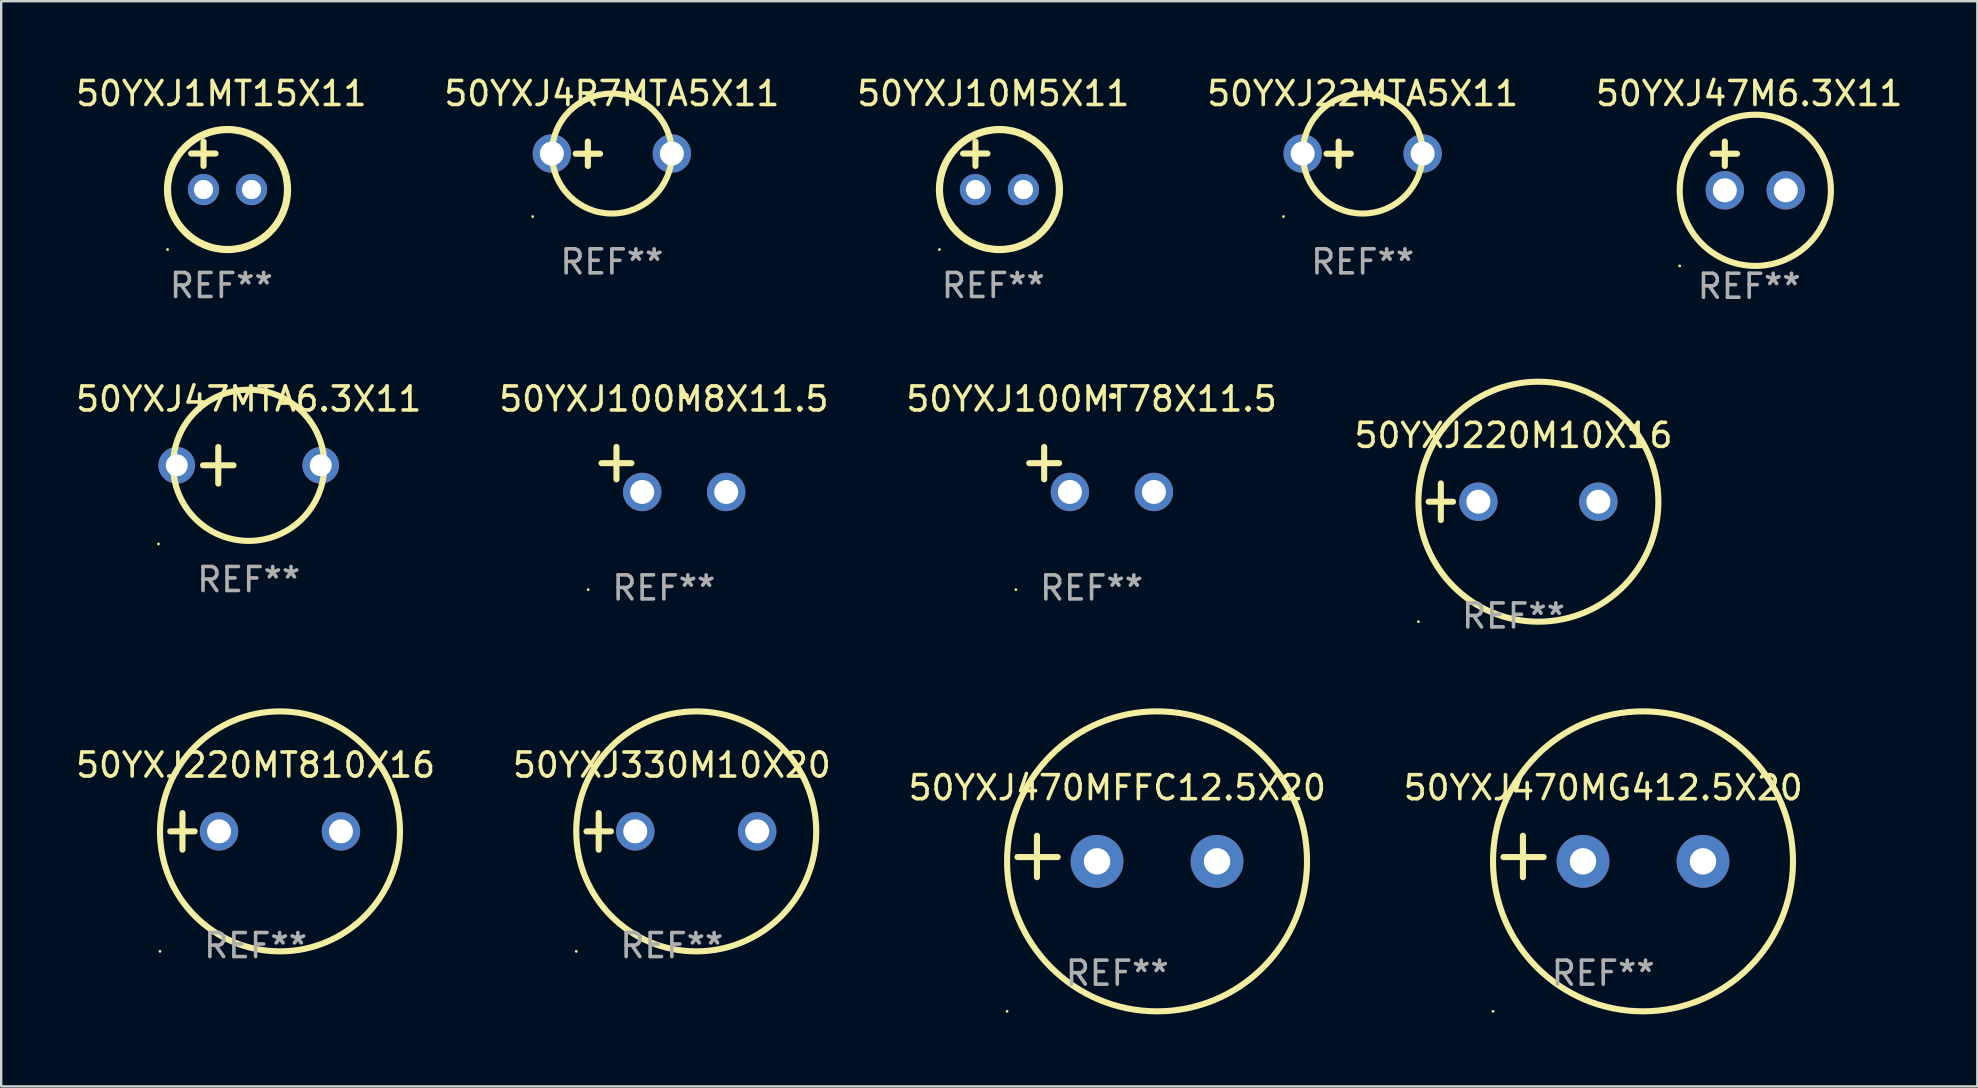
<source format=kicad_pcb>
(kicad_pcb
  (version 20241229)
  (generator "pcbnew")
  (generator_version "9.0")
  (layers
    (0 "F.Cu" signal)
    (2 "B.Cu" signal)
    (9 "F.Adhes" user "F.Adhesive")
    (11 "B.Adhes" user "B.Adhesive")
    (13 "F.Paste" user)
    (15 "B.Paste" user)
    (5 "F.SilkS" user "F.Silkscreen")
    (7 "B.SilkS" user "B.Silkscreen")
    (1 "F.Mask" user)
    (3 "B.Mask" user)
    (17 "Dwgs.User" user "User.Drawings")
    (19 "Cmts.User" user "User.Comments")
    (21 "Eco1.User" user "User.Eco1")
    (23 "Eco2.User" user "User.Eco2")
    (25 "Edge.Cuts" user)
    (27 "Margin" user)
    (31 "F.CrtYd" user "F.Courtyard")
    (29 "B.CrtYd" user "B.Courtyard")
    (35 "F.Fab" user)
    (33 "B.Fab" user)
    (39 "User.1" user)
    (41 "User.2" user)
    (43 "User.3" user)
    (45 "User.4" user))
  (footprint "50YXJ47M6.3X11"
    (layer "F.Cu")
    (at 69.839 3.864)
    (property "Reference" "50YXJ47M6.3X11" (at 0 -3.016 0) (layer "F.SilkS") (effects (font (size 1 1) (thickness 0.15))))
    (attr through_hole)
    (fp_line (start -1.524 -0.508) (end -0.508 -0.508) (stroke (width 0.254) (type solid)) (layer "F.SilkS"))
    (fp_line (start -1.016 -1.016) (end -1.016 0) (stroke (width 0.254) (type solid)) (layer "F.SilkS"))
    (fp_circle (center -2.896 4.166) (end -2.866 4.166) (stroke (width 0.06) (type solid)) (fill no) (layer "F.SilkS"))
    (fp_circle (center 0.254 1.016) (end 3.404 1.016) (stroke (width 0.254) (type solid)) (fill no) (layer "F.SilkS"))
    (fp_text user "REF**" (at 0 5.016 0) (layer "F.Fab") (effects (font (size 1 1) (thickness 0.15))))
    (pad "1" thru_hole circle (at -1.016 1.016) (size 1.6 1.6) (drill 1) (layers "*.Cu" "*.Mask"))
    (pad "2" thru_hole circle (at 1.524 1.016) (size 1.6 1.6) (drill 1) (layers "*.Cu" "*.Mask")))
  (footprint "50YXJ1MT15X11"
    (layer "F.Cu")
    (at 6.173 3.848)
    (property "Reference" "50YXJ1MT15X11" (at 0 -3 0) (layer "F.SilkS") (effects (font (size 1 1) (thickness 0.15))))
    (attr through_hole)
    (fp_line (start -1.258 -0.5) (end -0.242 -0.5) (stroke (width 0.254) (type solid)) (layer "F.SilkS"))
    (fp_line (start -0.742 -1) (end -0.742 0.016) (stroke (width 0.254) (type solid)) (layer "F.SilkS"))
    (fp_circle (center -2.242 3.5) (end -2.212 3.5) (stroke (width 0.06) (type solid)) (fill no) (layer "F.SilkS"))
    (fp_circle (center 0.258 1) (end 2.758 1) (stroke (width 0.3) (type solid)) (fill no) (layer "F.SilkS"))
    (fp_text user "REF**" (at 0 5 0) (layer "F.Fab") (effects (font (size 1 1) (thickness 0.15))))
    (pad "1" thru_hole circle (at -0.742 1) (size 1.3 1.3) (drill 0.8) (layers "*.Cu" "*.Mask"))
    (pad "2" thru_hole circle (at 1.258 1) (size 1.3 1.3) (drill 0.8) (layers "*.Cu" "*.Mask")))
  (footprint "50YXJ470MFFC12.5X20"
    (layer "F.Cu")
    (at 43.506 32.639)
    (property "Reference" "50YXJ470MFFC12.5X20" (at 0 -2.864 0) (layer "F.SilkS") (effects (font (size 1 1) (thickness 0.15))))
    (attr through_hole)
    (fp_line (start -3.346 0.864) (end -3.346 -0.864) (stroke (width 0.254) (type solid)) (layer "F.SilkS"))
    (fp_line (start -2.482 0.025) (end -4.158 0.025) (stroke (width 0.254) (type solid)) (layer "F.SilkS"))
    (fp_circle (center -4.592 6.453) (end -4.562 6.453) (stroke (width 0.06) (type solid)) (fill no) (layer "F.SilkS"))
    (fp_circle (center 1.658 0.203) (end 7.908 0.203) (stroke (width 0.254) (type solid)) (fill no) (layer "F.SilkS"))
    (fp_text user "REF**" (at 0 4.864 0) (layer "F.Fab") (effects (font (size 1 1) (thickness 0.15))))
    (pad "1" thru_hole circle (at -0.842 0.203) (size 2.2 2.2) (drill 1.1) (layers "*.Cu" "*.Mask"))
    (pad "2" thru_hole circle (at 4.158 0.203) (size 2.2 2.2) (drill 1.1) (layers "*.Cu" "*.Mask")))
  (footprint "50YXJ470MG412.5X20"
    (layer "F.Cu")
    (at 63.756 32.639)
    (property "Reference" "50YXJ470MG412.5X20" (at 0 -2.864 0) (layer "F.SilkS") (effects (font (size 1 1) (thickness 0.15))))
    (attr through_hole)
    (fp_line (start -3.346 0.864) (end -3.346 -0.864) (stroke (width 0.254) (type solid)) (layer "F.SilkS"))
    (fp_line (start -2.482 0.025) (end -4.158 0.025) (stroke (width 0.254) (type solid)) (layer "F.SilkS"))
    (fp_circle (center -4.592 6.453) (end -4.562 6.453) (stroke (width 0.06) (type solid)) (fill no) (layer "F.SilkS"))
    (fp_circle (center 1.658 0.203) (end 7.908 0.203) (stroke (width 0.254) (type solid)) (fill no) (layer "F.SilkS"))
    (fp_text user "REF**" (at 0 4.864 0) (layer "F.Fab") (effects (font (size 1 1) (thickness 0.15))))
    (pad "1" thru_hole circle (at -0.842 0.203) (size 2.2 2.2) (drill 1.1) (layers "*.Cu" "*.Mask"))
    (pad "2" thru_hole circle (at 4.158 0.203) (size 2.2 2.2) (drill 1.1) (layers "*.Cu" "*.Mask")))
  (footprint "50YXJ100M8X11.5"
    (layer "F.Cu")
    (at 24.613 16.513)
    (property "Reference" "50YXJ100M8X11.5" (at 0 -2.937 0) (layer "F.SilkS") (effects (font (size 1 1) (thickness 0.15))))
    (attr through_hole)
    (fp_line (start -1.975 0.41) (end -1.975 -0.937) (stroke (width 0.254) (type solid)) (layer "F.SilkS"))
    (fp_line (start -1.353 -0.263) (end -2.597 -0.263) (stroke (width 0.254) (type solid)) (layer "F.SilkS"))
    (fp_arc (start 0.849809 -3.063957) (mid 0.885369 -3.064114) (end 0.920929 -3.063957) (stroke (width 0.254001) (type solid)) (layer "F.SilkS"))
    (fp_circle (center -3.154 5.008) (end -3.124 5.008) (stroke (width 0.06) (type solid)) (fill no) (layer "F.SilkS"))
    (fp_text user "REF**" (at 0 4.937 0) (layer "F.Fab") (effects (font (size 1 1) (thickness 0.15))))
    (pad "1" thru_hole circle (at -0.903 0.937) (size 1.6 1.6) (drill 1) (layers "*.Cu" "*.Mask"))
    (pad "2" thru_hole circle (at 2.597 0.937) (size 1.6 1.6) (drill 1) (layers "*.Cu" "*.Mask")))
  (footprint "50YXJ22MTA5X11"
    (layer "F.Cu")
    (at 53.732 3.356)
    (property "Reference" "50YXJ22MTA5X11" (at 0 -2.508 0) (layer "F.SilkS") (effects (font (size 1 1) (thickness 0.15))))
    (attr through_hole)
    (fp_line (start -1.508 0) (end -0.492 0) (stroke (width 0.254) (type solid)) (layer "F.SilkS"))
    (fp_line (start -1 -0.508) (end -1 0.508) (stroke (width 0.254) (type solid)) (layer "F.SilkS"))
    (fp_circle (center -3.3 2.619) (end -3.27 2.619) (stroke (width 0.06) (type solid)) (fill no) (layer "F.SilkS"))
    (fp_circle (center -0.000127 -0.008) (end 2.5 -0.008) (stroke (width 0.254) (type solid)) (fill no) (layer "F.SilkS"))
    (fp_text user "REF**" (at 0 4.508 0) (layer "F.Fab") (effects (font (size 1 1) (thickness 0.15))))
    (pad "1" thru_hole circle (at -2.5 -0.008) (size 1.6 1.6) (drill 1) (layers "*.Cu" "*.Mask"))
    (pad "2" thru_hole circle (at 2.5 -0.008) (size 1.6 1.6) (drill 1) (layers "*.Cu" "*.Mask")))
  (footprint "50YXJ220MT810X16"
    (layer "F.Cu")
    (at 7.601 31.593)
    (property "Reference" "50YXJ220MT810X16" (at 0 -2.762 0) (layer "F.SilkS") (effects (font (size 1 1) (thickness 0.15))))
    (attr through_hole)
    (fp_line (start -3.556 0) (end -2.54 0) (stroke (width 0.254) (type solid)) (layer "F.SilkS"))
    (fp_line (start -3.048 -0.762) (end -3.048 0.762) (stroke (width 0.254) (type solid)) (layer "F.SilkS"))
    (fp_circle (center -3.984 5) (end -3.954 5) (stroke (width 0.06) (type solid)) (fill no) (layer "F.SilkS"))
    (fp_circle (center 1.016 0) (end 6.016 0) (stroke (width 0.254) (type solid)) (fill no) (layer "F.SilkS"))
    (fp_text user "REF**" (at 0 4.762 0) (layer "F.Fab") (effects (font (size 1 1) (thickness 0.15))))
    (pad "1" thru_hole circle (at -1.524 0) (size 1.6 1.6) (drill 1) (layers "*.Cu" "*.Mask"))
    (pad "2" thru_hole circle (at 3.556 0) (size 1.6 1.6) (drill 1) (layers "*.Cu" "*.Mask")))
  (footprint "50YXJ10M5X11"
    (layer "F.Cu")
    (at 38.339 3.848)
    (property "Reference" "50YXJ10M5X11" (at 0 -3 0) (layer "F.SilkS") (effects (font (size 1 1) (thickness 0.15))))
    (attr through_hole)
    (fp_line (start -1.258 -0.5) (end -0.242 -0.5) (stroke (width 0.254) (type solid)) (layer "F.SilkS"))
    (fp_line (start -0.742 -1) (end -0.742 0.016) (stroke (width 0.254) (type solid)) (layer "F.SilkS"))
    (fp_circle (center -2.242 3.5) (end -2.212 3.5) (stroke (width 0.06) (type solid)) (fill no) (layer "F.SilkS"))
    (fp_circle (center 0.258 1) (end 2.758 1) (stroke (width 0.3) (type solid)) (fill no) (layer "F.SilkS"))
    (fp_text user "REF**" (at 0 5 0) (layer "F.Fab") (effects (font (size 1 1) (thickness 0.15))))
    (pad "1" thru_hole circle (at -0.742 1) (size 1.3 1.3) (drill 0.8) (layers "*.Cu" "*.Mask"))
    (pad "2" thru_hole circle (at 1.258 1) (size 1.3 1.3) (drill 0.8) (layers "*.Cu" "*.Mask")))
  (footprint "50YXJ4R7MTA5X11"
    (layer "F.Cu")
    (at 22.446 3.356)
    (property "Reference" "50YXJ4R7MTA5X11" (at 0 -2.508 0) (layer "F.SilkS") (effects (font (size 1 1) (thickness 0.15))))
    (attr through_hole)
    (fp_line (start -1.508 0) (end -0.492 0) (stroke (width 0.254) (type solid)) (layer "F.SilkS"))
    (fp_line (start -1 -0.508) (end -1 0.508) (stroke (width 0.254) (type solid)) (layer "F.SilkS"))
    (fp_circle (center -3.3 2.619) (end -3.27 2.619) (stroke (width 0.06) (type solid)) (fill no) (layer "F.SilkS"))
    (fp_circle (center -0.000127 -0.008) (end 2.5 -0.008) (stroke (width 0.254) (type solid)) (fill no) (layer "F.SilkS"))
    (fp_text user "REF**" (at 0 4.508 0) (layer "F.Fab") (effects (font (size 1 1) (thickness 0.15))))
    (pad "1" thru_hole circle (at -2.5 -0.008) (size 1.6 1.6) (drill 1) (layers "*.Cu" "*.Mask"))
    (pad "2" thru_hole circle (at 2.5 -0.008) (size 1.6 1.6) (drill 1) (layers "*.Cu" "*.Mask")))
  (footprint "50YXJ47MTA6.3X11"
    (layer "F.Cu")
    (at 7.315 16.339)
    (property "Reference" "50YXJ47MTA6.3X11" (at 0 -2.762 0) (layer "F.SilkS") (effects (font (size 1 1) (thickness 0.15))))
    (attr through_hole)
    (fp_line (start -1.27 -0.762) (end -1.27 0.762) (stroke (width 0.254) (type solid)) (layer "F.SilkS"))
    (fp_line (start -0.635 0) (end -1.905 0) (stroke (width 0.254) (type solid)) (layer "F.SilkS"))
    (fp_circle (center -3.762 3.277) (end -3.732 3.277) (stroke (width 0.06) (type solid)) (fill no) (layer "F.SilkS"))
    (fp_circle (center 0 0) (end 3.15 0) (stroke (width 0.254) (type solid)) (fill no) (layer "F.SilkS"))
    (fp_text user "REF**" (at 0 4.762 0) (layer "F.Fab") (effects (font (size 1 1) (thickness 0.15))))
    (pad "1" thru_hole circle (at -3 0) (size 1.524 1.524) (drill 0.914) (layers "*.Cu" "*.Mask"))
    (pad "2" thru_hole circle (at 3 0) (size 1.524 1.524) (drill 0.914) (layers "*.Cu" "*.Mask")))
  (footprint "50YXJ100MT78X11.5"
    (layer "F.Cu")
    (at 42.435 16.513)
    (property "Reference" "50YXJ100MT78X11.5" (at 0 -2.937 0) (layer "F.SilkS") (effects (font (size 1 1) (thickness 0.15))))
    (attr through_hole)
    (fp_line (start -1.975 0.41) (end -1.975 -0.937) (stroke (width 0.254) (type solid)) (layer "F.SilkS"))
    (fp_line (start -1.353 -0.263) (end -2.597 -0.263) (stroke (width 0.254) (type solid)) (layer "F.SilkS"))
    (fp_arc (start 0.849809 -3.063957) (mid 0.885369 -3.064114) (end 0.920929 -3.063957) (stroke (width 0.254001) (type solid)) (layer "F.SilkS"))
    (fp_circle (center -3.154 5.008) (end -3.124 5.008) (stroke (width 0.06) (type solid)) (fill no) (layer "F.SilkS"))
    (fp_text user "REF**" (at 0 4.937 0) (layer "F.Fab") (effects (font (size 1 1) (thickness 0.15))))
    (pad "1" thru_hole circle (at -0.903 0.937) (size 1.6 1.6) (drill 1) (layers "*.Cu" "*.Mask"))
    (pad "2" thru_hole circle (at 2.597 0.937) (size 1.6 1.6) (drill 1) (layers "*.Cu" "*.Mask")))
  (footprint "50YXJ330M10X20"
    (layer "F.Cu")
    (at 24.946 31.593)
    (property "Reference" "50YXJ330M10X20" (at 0 -2.762 0) (layer "F.SilkS") (effects (font (size 1 1) (thickness 0.15))))
    (attr through_hole)
    (fp_line (start -3.556 0) (end -2.54 0) (stroke (width 0.254) (type solid)) (layer "F.SilkS"))
    (fp_line (start -3.048 -0.762) (end -3.048 0.762) (stroke (width 0.254) (type solid)) (layer "F.SilkS"))
    (fp_circle (center -3.984 5) (end -3.954 5) (stroke (width 0.06) (type solid)) (fill no) (layer "F.SilkS"))
    (fp_circle (center 1.016 0) (end 6.016 0) (stroke (width 0.254) (type solid)) (fill no) (layer "F.SilkS"))
    (fp_text user "REF**" (at 0 4.762 0) (layer "F.Fab") (effects (font (size 1 1) (thickness 0.15))))
    (pad "1" thru_hole circle (at -1.524 0) (size 1.6 1.6) (drill 1) (layers "*.Cu" "*.Mask"))
    (pad "2" thru_hole circle (at 3.556 0) (size 1.6 1.6) (drill 1) (layers "*.Cu" "*.Mask")))
  (footprint "50YXJ220M10X16"
    (layer "F.Cu")
    (at 60.018 17.856)
    (property "Reference" "50YXJ220M10X16" (at 0 -2.762 0) (layer "F.SilkS") (effects (font (size 1 1) (thickness 0.15))))
    (attr through_hole)
    (fp_line (start -3.536 0) (end -2.52 0) (stroke (width 0.254) (type solid)) (layer "F.SilkS"))
    (fp_line (start -3.028 -0.762) (end -3.028 0.762) (stroke (width 0.254) (type solid)) (layer "F.SilkS"))
    (fp_circle (center -3.964 5) (end -3.934 5) (stroke (width 0.06) (type solid)) (fill no) (layer "F.SilkS"))
    (fp_circle (center 1.036 0) (end 6.036 0) (stroke (width 0.254) (type solid)) (fill no) (layer "F.SilkS"))
    (fp_text user "REF**" (at 0 4.762 0) (layer "F.Fab") (effects (font (size 1 1) (thickness 0.15))))
    (pad "1" thru_hole circle (at -1.464 0) (size 1.6 1.6) (drill 1) (layers "*.Cu" "*.Mask"))
    (pad "2" thru_hole circle (at 3.536 0) (size 1.6 1.6) (drill 1) (layers "*.Cu" "*.Mask")))
  (gr_rect
    (start -3 -3)
    (end 79.345 42.22)
    (stroke (width 0.1) (type default))
    (fill no)
    (layer "Edge.Cuts")))
</source>
